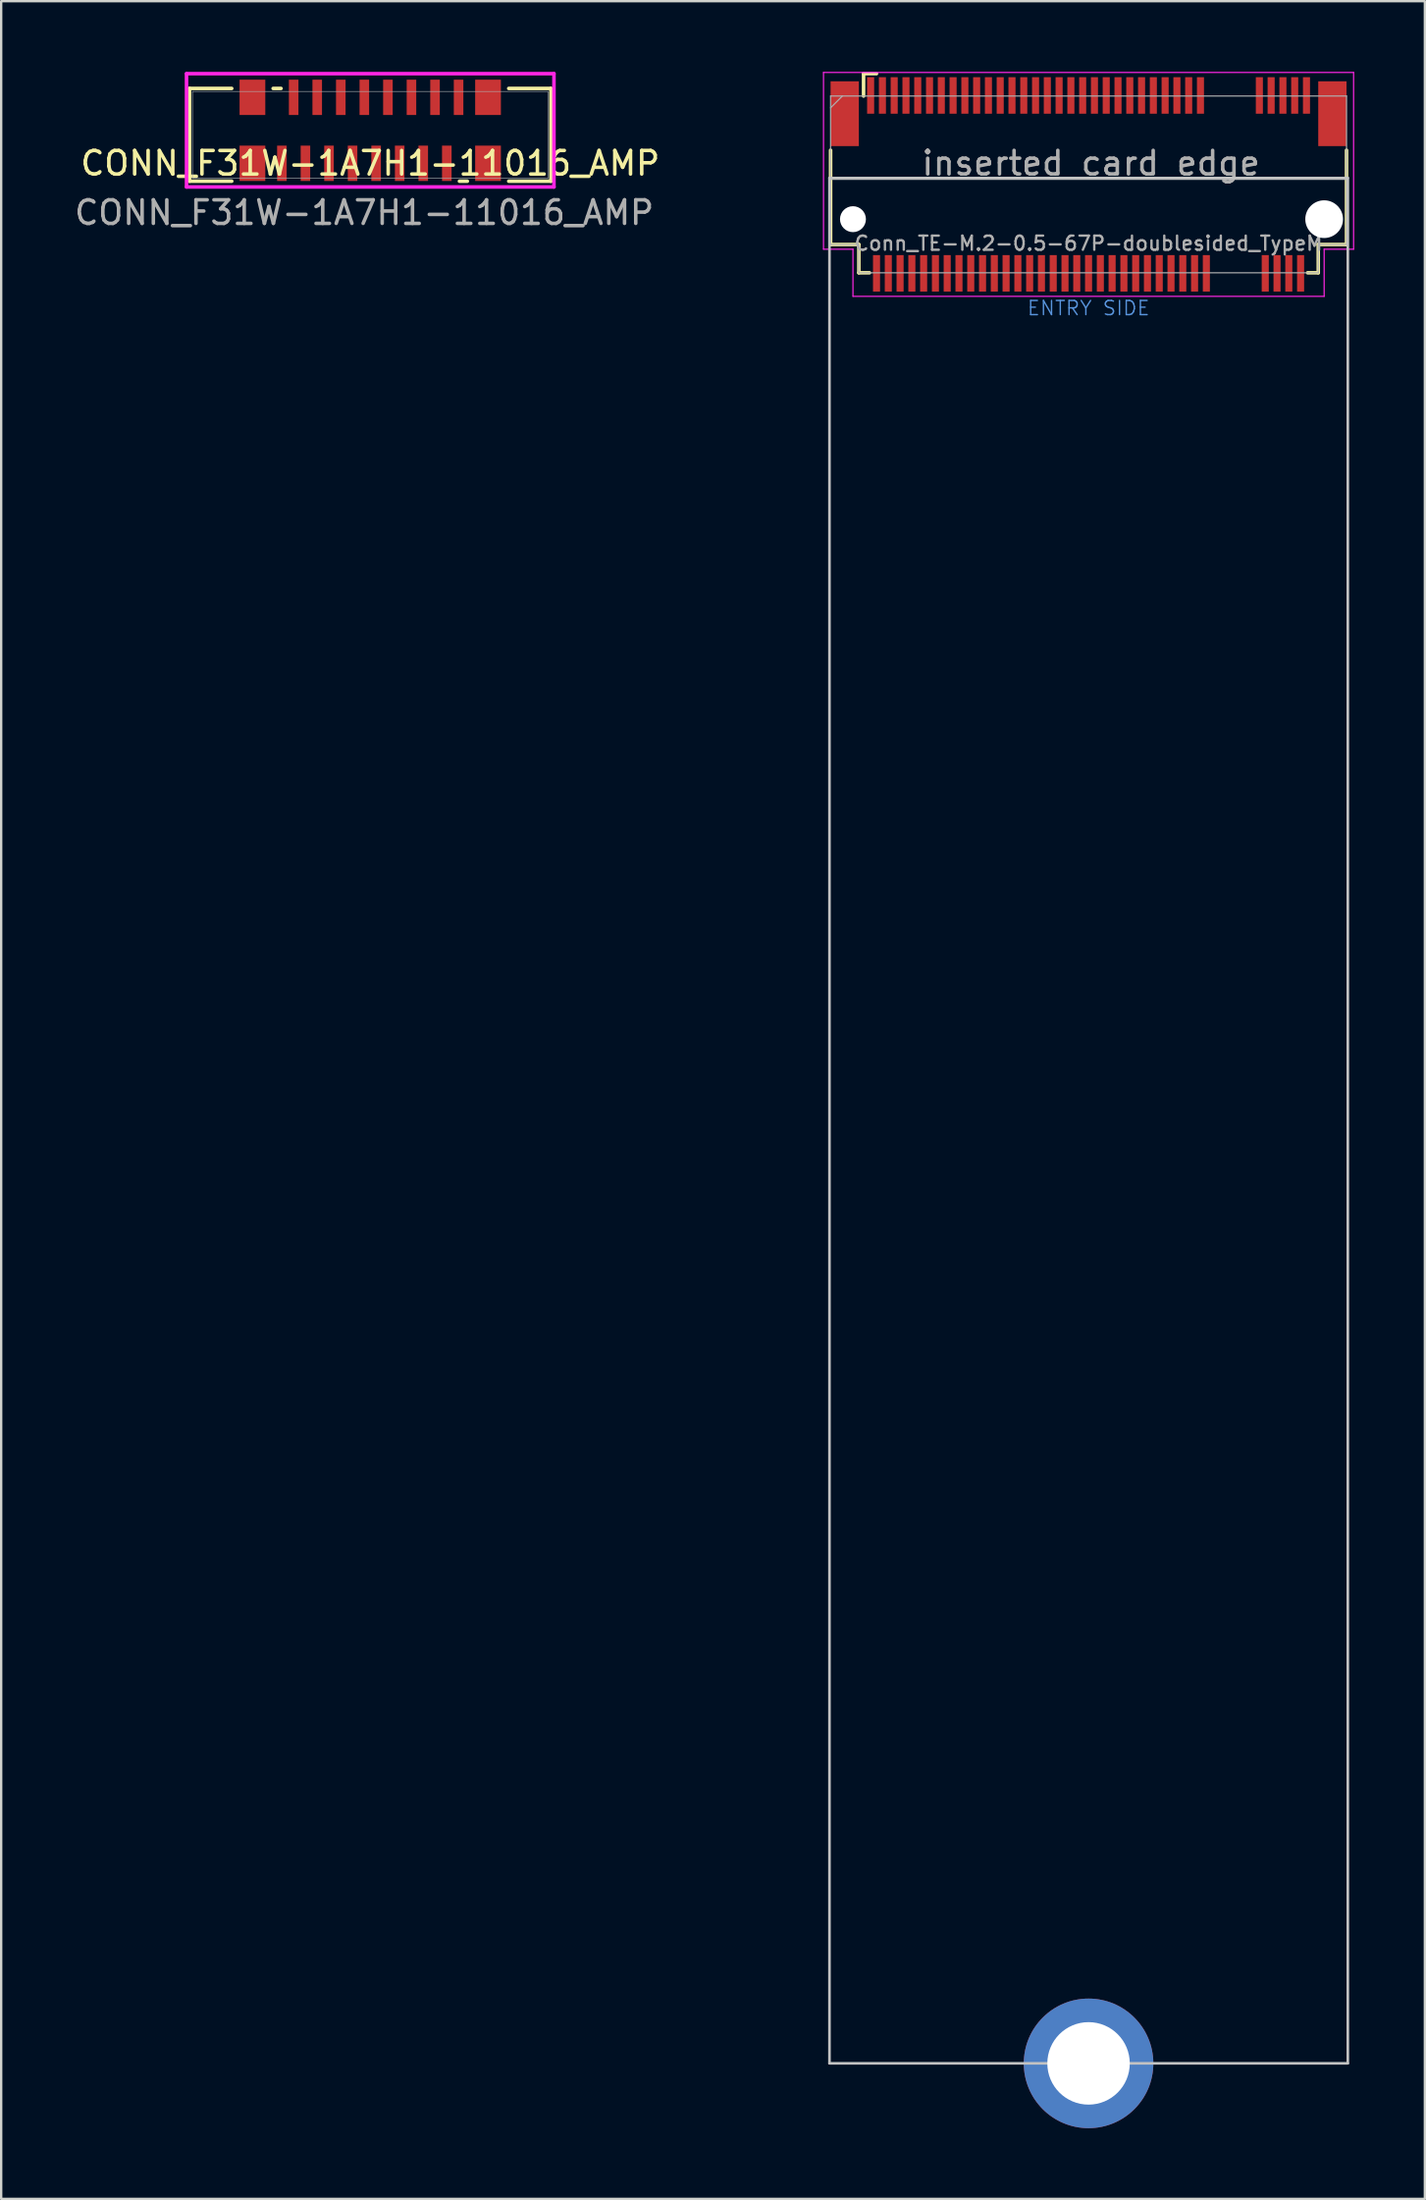
<source format=kicad_pcb>
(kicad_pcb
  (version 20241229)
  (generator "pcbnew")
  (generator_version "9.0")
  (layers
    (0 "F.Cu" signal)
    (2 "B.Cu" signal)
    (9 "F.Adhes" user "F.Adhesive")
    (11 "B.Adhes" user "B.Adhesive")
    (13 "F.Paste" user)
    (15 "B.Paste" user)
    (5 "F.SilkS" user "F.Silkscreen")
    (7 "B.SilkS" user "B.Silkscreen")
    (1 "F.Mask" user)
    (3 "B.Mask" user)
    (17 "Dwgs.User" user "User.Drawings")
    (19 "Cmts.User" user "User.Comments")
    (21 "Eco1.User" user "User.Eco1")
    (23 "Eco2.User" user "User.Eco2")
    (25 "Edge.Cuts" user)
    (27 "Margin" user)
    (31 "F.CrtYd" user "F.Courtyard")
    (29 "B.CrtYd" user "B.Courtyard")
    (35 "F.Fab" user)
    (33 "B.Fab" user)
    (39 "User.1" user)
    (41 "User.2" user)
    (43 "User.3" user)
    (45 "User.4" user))
  (footprint "CONN_F31W-1A7H1-11016_AMP"
    (layer "F.Cu")
    (at 12.665 2.671)
    (property "Reference" "CONN_F31W-1A7H1-11016_AMP" (at 0 1.208 0) (unlocked yes) (layer "F.SilkS") (effects (font (size 1 1) (thickness 0.15))))
    (attr smd)
    (fp_line (start -7.671 -1.968) (end -7.671 1.968) (stroke (width 0.152) (type solid)) (layer "F.SilkS"))
    (fp_line (start -7.671 1.968) (end -5.879 1.968) (stroke (width 0.152) (type solid)) (layer "F.SilkS"))
    (fp_line (start -5.879 -1.968) (end -7.671 -1.968) (stroke (width 0.152) (type solid)) (layer "F.SilkS"))
    (fp_line (start -3.786 -1.968) (end -4.121 -1.968) (stroke (width 0.152) (type solid)) (layer "F.SilkS"))
    (fp_line (start 3.786 1.968) (end 4.121 1.968) (stroke (width 0.152) (type solid)) (layer "F.SilkS"))
    (fp_line (start 5.879 1.968) (end 7.671 1.968) (stroke (width 0.152) (type solid)) (layer "F.SilkS"))
    (fp_line (start 7.671 -1.968) (end 5.879 -1.968) (stroke (width 0.152) (type solid)) (layer "F.SilkS"))
    (fp_line (start 7.671 1.968) (end 7.671 -1.968) (stroke (width 0.152) (type solid)) (layer "F.SilkS"))
    (fp_line (start -7.798 -2.595) (end -7.798 2.212) (stroke (width 0.152) (type solid)) (layer "F.CrtYd"))
    (fp_line (start -7.798 2.212) (end 7.798 2.212) (stroke (width 0.152) (type solid)) (layer "F.CrtYd"))
    (fp_line (start 7.798 -2.595) (end -7.798 -2.595) (stroke (width 0.152) (type solid)) (layer "F.CrtYd"))
    (fp_line (start 7.798 2.212) (end 7.798 -2.595) (stroke (width 0.152) (type solid)) (layer "F.CrtYd"))
    (fp_line (start -7.544 -1.841) (end -7.544 1.841) (stroke (width 0.025) (type solid)) (layer "F.Fab"))
    (fp_line (start -7.544 1.841) (end 7.544 1.841) (stroke (width 0.025) (type solid)) (layer "F.Fab"))
    (fp_line (start 7.544 -1.841) (end -7.544 -1.841) (stroke (width 0.025) (type solid)) (layer "F.Fab"))
    (fp_line (start 7.544 1.841) (end 7.544 -1.841) (stroke (width 0.025) (type solid)) (layer "F.Fab"))
    (fp_text user "${REFERENCE}" (at -0.254 3.302 0) (unlocked yes) (layer "F.Fab") (effects (font (size 1 1) (thickness 0.15))))
    (pad "1" smd rect (at 3.75 -1.591) (size 0.406 1.499) (layers "F.Cu" "F.Mask" "F.Paste"))
    (pad "2" smd rect (at 3.25 1.208) (size 0.406 1.499) (layers "F.Cu" "F.Mask" "F.Paste"))
    (pad "3" smd rect (at 2.75 -1.591) (size 0.406 1.499) (layers "F.Cu" "F.Mask" "F.Paste"))
    (pad "4" smd rect (at 2.25 1.208) (size 0.406 1.499) (layers "F.Cu" "F.Mask" "F.Paste"))
    (pad "5" smd rect (at 1.75 -1.591) (size 0.406 1.499) (layers "F.Cu" "F.Mask" "F.Paste"))
    (pad "6" smd rect (at 1.25 1.208) (size 0.406 1.499) (layers "F.Cu" "F.Mask" "F.Paste"))
    (pad "7" smd rect (at 0.75 -1.591) (size 0.406 1.499) (layers "F.Cu" "F.Mask" "F.Paste"))
    (pad "8" smd rect (at 0.25 1.208) (size 0.406 1.499) (layers "F.Cu" "F.Mask" "F.Paste"))
    (pad "9" smd rect (at -0.25 -1.591) (size 0.406 1.499) (layers "F.Cu" "F.Mask" "F.Paste"))
    (pad "10" smd rect (at -0.75 1.208) (size 0.406 1.499) (layers "F.Cu" "F.Mask" "F.Paste"))
    (pad "11" smd rect (at -1.25 -1.591) (size 0.406 1.499) (layers "F.Cu" "F.Mask" "F.Paste"))
    (pad "12" smd rect (at -1.75 1.208) (size 0.406 1.499) (layers "F.Cu" "F.Mask" "F.Paste"))
    (pad "13" smd rect (at -2.25 -1.591) (size 0.406 1.499) (layers "F.Cu" "F.Mask" "F.Paste"))
    (pad "14" smd rect (at -2.75 1.208) (size 0.406 1.499) (layers "F.Cu" "F.Mask" "F.Paste"))
    (pad "15" smd rect (at -3.25 -1.591) (size 0.406 1.499) (layers "F.Cu" "F.Mask" "F.Paste"))
    (pad "16" smd rect (at -3.75 1.208) (size 0.406 1.499) (layers "F.Cu" "F.Mask" "F.Paste"))
    (pad "MP" smd rect (at -5 -1.591) (size 1.092 1.499) (layers "F.Cu" "F.Mask" "F.Paste"))
    (pad "MP" smd rect (at -5 1.208) (size 1.092 1.499) (layers "F.Cu" "F.Mask" "F.Paste"))
    (pad "MP" smd rect (at 5 -1.591) (size 1.092 1.499) (layers "F.Cu" "F.Mask" "F.Paste"))
    (pad "MP" smd rect (at 5 1.208) (size 1.092 1.499) (layers "F.Cu" "F.Mask" "F.Paste")))
  (footprint "Conn_TE-M.2-0.5-67P-doublesided_TypeM"
    (layer "F.Cu")
    (at 43.155 6.275)
    (property "Reference" "Conn_TE-M.2-0.5-67P-doublesided_TypeM" (at 0 1 0) (layer "F.Fab") (effects (font (size 0.6 0.6) (thickness 0.1))))
    (attr through_hole)
    (fp_line (start -10.95 1.05) (end -10.95 -2.95) (stroke (width 0.15) (type solid)) (layer "F.SilkS"))
    (fp_line (start -9.75 1.05) (end -10.95 1.05) (stroke (width 0.15) (type solid)) (layer "F.SilkS"))
    (fp_line (start -9.75 2.25) (end -9.75 1.05) (stroke (width 0.15) (type solid)) (layer "F.SilkS"))
    (fp_line (start -9.55 -6.2) (end -9 -6.2) (stroke (width 0.15) (type solid)) (layer "F.SilkS"))
    (fp_line (start -9.55 -5.25) (end -9.55 -6.2) (stroke (width 0.15) (type solid)) (layer "F.SilkS"))
    (fp_line (start -9.3 2.25) (end -9.75 2.25) (stroke (width 0.15) (type solid)) (layer "F.SilkS"))
    (fp_line (start -3.302 -1.778) (end -3.302 -1.778) (stroke (width 0.1) (type default)) (layer "F.SilkS"))
    (fp_line (start 9.75 1.05) (end 9.75 2.25) (stroke (width 0.15) (type solid)) (layer "F.SilkS"))
    (fp_line (start 9.75 2.25) (end 9.3 2.25) (stroke (width 0.15) (type solid)) (layer "F.SilkS"))
    (fp_line (start 10.95 1.05) (end 9.75 1.05) (stroke (width 0.15) (type solid)) (layer "F.SilkS"))
    (fp_line (start 10.95 1.05) (end 10.95 -2.95) (stroke (width 0.15) (type solid)) (layer "F.SilkS"))
    (fp_line (start -11 -1.778) (end -11 78.232) (stroke (width 0.1) (type default)) (layer "Dwgs.User"))
    (fp_line (start -11 -1.778) (end -11 78.232) (stroke (width 0.1) (type default)) (layer "Dwgs.User"))
    (fp_line (start -11 -1.778) (end 11 -1.778) (stroke (width 0.1) (type default)) (layer "Dwgs.User"))
    (fp_line (start -11 78.232) (end 11 78.232) (stroke (width 0.1) (type default)) (layer "Dwgs.User"))
    (fp_line (start -11 78.232) (end 11 78.232) (stroke (width 0.1) (type default)) (layer "Dwgs.User"))
    (fp_line (start 11 -1.778) (end -11 -1.778) (stroke (width 0.1) (type default)) (layer "Dwgs.User"))
    (fp_line (start 11 78.232) (end 11 -1.778) (stroke (width 0.1) (type default)) (layer "Dwgs.User"))
    (fp_line (start 11 78.232) (end 11 -1.778) (stroke (width 0.1) (type default)) (layer "Dwgs.User"))
    (fp_line (start -11.25 -6.25) (end 11.25 -6.25) (stroke (width 0.05) (type solid)) (layer "F.CrtYd"))
    (fp_line (start -11.25 1.25) (end -11.25 -6.25) (stroke (width 0.05) (type solid)) (layer "F.CrtYd"))
    (fp_line (start -10 1.25) (end -11.25 1.25) (stroke (width 0.05) (type solid)) (layer "F.CrtYd"))
    (fp_line (start -10 3.25) (end -10 1.25) (stroke (width 0.05) (type solid)) (layer "F.CrtYd"))
    (fp_line (start 10 1.25) (end 10 3.25) (stroke (width 0.05) (type solid)) (layer "F.CrtYd"))
    (fp_line (start 10 3.25) (end -10 3.25) (stroke (width 0.05) (type solid)) (layer "F.CrtYd"))
    (fp_line (start 11.25 -6.25) (end 11.25 1.25) (stroke (width 0.05) (type solid)) (layer "F.CrtYd"))
    (fp_line (start 11.25 1.25) (end 10 1.25) (stroke (width 0.05) (type solid)) (layer "F.CrtYd"))
    (fp_line (start -10.95 -5.25) (end -10.95 1.05) (stroke (width 0.05) (type solid)) (layer "F.Fab"))
    (fp_line (start -10.95 -5.25) (end 10.95 -5.25) (stroke (width 0.05) (type solid)) (layer "F.Fab"))
    (fp_line (start -10.95 -4.75) (end -10.45 -5.25) (stroke (width 0.05) (type solid)) (layer "F.Fab"))
    (fp_line (start -10.95 -1.75) (end 10.95 -1.75) (stroke (width 0.12) (type solid)) (layer "F.Fab"))
    (fp_line (start -10.95 1.05) (end -9.75 1.05) (stroke (width 0.05) (type solid)) (layer "F.Fab"))
    (fp_line (start -9.75 1.05) (end -9.75 2.25) (stroke (width 0.05) (type solid)) (layer "F.Fab"))
    (fp_line (start -9.75 2.25) (end 9.75 2.25) (stroke (width 0.05) (type solid)) (layer "F.Fab"))
    (fp_line (start 9.75 1.05) (end 9.75 2.25) (stroke (width 0.05) (type solid)) (layer "F.Fab"))
    (fp_line (start 10.95 1.05) (end 9.75 1.05) (stroke (width 0.05) (type solid)) (layer "F.Fab"))
    (fp_line (start 10.95 1.05) (end 10.95 -5.25) (stroke (width 0.05) (type solid)) (layer "F.Fab"))
    (fp_text user "ENTRY SIDE" (at 0 3.75 0) (layer "Cmts.User") (effects (font (size 0.6 0.6) (thickness 0.06))))
    (fp_text user "${REFERENCE}" (at -10.1 -4.8 0) (layer "Eco1.User") (effects (font (size 0.3 0.3) (thickness 0.03))))
    (fp_text user "inserted card edge" (at 0.1 -2.4 0) (layer "F.Fab") (effects (font (size 1 1) (thickness 0.15))))
    (pad "" np_thru_hole circle (at -10 -0.025) (size 1.1 1.1) (drill 1.1) (layers "*.Cu"))
    (pad "" thru_hole circle (at 0 78.232) (size 5.5 5.5) (drill 3.5) (layers "*.Cu" "*.Mask"))
    (pad "" np_thru_hole circle (at 10 -0.025) (size 1.6 1.6) (drill 1.6) (layers "*.Cu"))
    (pad "1" smd rect (at -9.25 -5.275) (size 0.3 1.55) (layers "F.Cu" "F.Mask" "F.Paste"))
    (pad "2" smd rect (at -9 2.275) (size 0.3 1.55) (layers "F.Cu" "F.Mask" "F.Paste"))
    (pad "3" smd rect (at -8.75 -5.275) (size 0.3 1.55) (layers "F.Cu" "F.Mask" "F.Paste"))
    (pad "4" smd rect (at -8.5 2.275) (size 0.3 1.55) (layers "F.Cu" "F.Mask" "F.Paste"))
    (pad "5" smd rect (at -8.25 -5.275) (size 0.3 1.55) (layers "F.Cu" "F.Mask" "F.Paste"))
    (pad "6" smd rect (at -8 2.275) (size 0.3 1.55) (layers "F.Cu" "F.Mask" "F.Paste"))
    (pad "7" smd rect (at -7.75 -5.275) (size 0.3 1.55) (layers "F.Cu" "F.Mask" "F.Paste"))
    (pad "8" smd rect (at -7.5 2.275) (size 0.3 1.55) (layers "F.Cu" "F.Mask" "F.Paste"))
    (pad "9" smd rect (at -7.25 -5.275) (size 0.3 1.55) (layers "F.Cu" "F.Mask" "F.Paste"))
    (pad "10" smd rect (at -7 2.275) (size 0.3 1.55) (layers "F.Cu" "F.Mask" "F.Paste"))
    (pad "11" smd rect (at -6.75 -5.275) (size 0.3 1.55) (layers "F.Cu" "F.Mask" "F.Paste"))
    (pad "12" smd rect (at -6.5 2.275) (size 0.3 1.55) (layers "F.Cu" "F.Mask" "F.Paste"))
    (pad "13" smd rect (at -6.25 -5.275) (size 0.3 1.55) (layers "F.Cu" "F.Mask" "F.Paste"))
    (pad "14" smd rect (at -6 2.275) (size 0.3 1.55) (layers "F.Cu" "F.Mask" "F.Paste"))
    (pad "15" smd rect (at -5.75 -5.275) (size 0.3 1.55) (layers "F.Cu" "F.Mask" "F.Paste"))
    (pad "16" smd rect (at -5.5 2.275) (size 0.3 1.55) (layers "F.Cu" "F.Mask" "F.Paste"))
    (pad "17" smd rect (at -5.25 -5.275) (size 0.3 1.55) (layers "F.Cu" "F.Mask" "F.Paste"))
    (pad "18" smd rect (at -5 2.275) (size 0.3 1.55) (layers "F.Cu" "F.Mask" "F.Paste"))
    (pad "19" smd rect (at -4.75 -5.275) (size 0.3 1.55) (layers "F.Cu" "F.Mask" "F.Paste"))
    (pad "20" smd rect (at -4.5 2.275) (size 0.3 1.55) (layers "F.Cu" "F.Mask" "F.Paste"))
    (pad "21" smd rect (at -4.25 -5.275) (size 0.3 1.55) (layers "F.Cu" "F.Mask" "F.Paste"))
    (pad "22" smd rect (at -4 2.275) (size 0.3 1.55) (layers "F.Cu" "F.Mask" "F.Paste"))
    (pad "23" smd rect (at -3.75 -5.275) (size 0.3 1.55) (layers "F.Cu" "F.Mask" "F.Paste"))
    (pad "24" smd rect (at -3.5 2.275) (size 0.3 1.55) (layers "F.Cu" "F.Mask" "F.Paste"))
    (pad "25" smd rect (at -3.25 -5.275) (size 0.3 1.55) (layers "F.Cu" "F.Mask" "F.Paste"))
    (pad "26" smd rect (at -3 2.275) (size 0.3 1.55) (layers "F.Cu" "F.Mask" "F.Paste"))
    (pad "27" smd rect (at -2.75 -5.275) (size 0.3 1.55) (layers "F.Cu" "F.Mask" "F.Paste"))
    (pad "28" smd rect (at -2.5 2.275) (size 0.3 1.55) (layers "F.Cu" "F.Mask" "F.Paste"))
    (pad "29" smd rect (at -2.25 -5.275) (size 0.3 1.55) (layers "F.Cu" "F.Mask" "F.Paste"))
    (pad "30" smd rect (at -2 2.275) (size 0.3 1.55) (layers "F.Cu" "F.Mask" "F.Paste"))
    (pad "31" smd rect (at -1.75 -5.275) (size 0.3 1.55) (layers "F.Cu" "F.Mask" "F.Paste"))
    (pad "32" smd rect (at -1.5 2.275) (size 0.3 1.55) (layers "F.Cu" "F.Mask" "F.Paste"))
    (pad "33" smd rect (at -1.25 -5.275) (size 0.3 1.55) (layers "F.Cu" "F.Mask" "F.Paste"))
    (pad "34" smd rect (at -1 2.275) (size 0.3 1.55) (layers "F.Cu" "F.Mask" "F.Paste"))
    (pad "35" smd rect (at -0.75 -5.275) (size 0.3 1.55) (layers "F.Cu" "F.Mask" "F.Paste"))
    (pad "36" smd rect (at -0.5 2.275) (size 0.3 1.55) (layers "F.Cu" "F.Mask" "F.Paste"))
    (pad "37" smd rect (at -0.25 -5.275) (size 0.3 1.55) (layers "F.Cu" "F.Mask" "F.Paste"))
    (pad "38" smd rect (at 0 2.275) (size 0.3 1.55) (layers "F.Cu" "F.Mask" "F.Paste"))
    (pad "39" smd rect (at 0.25 -5.275) (size 0.3 1.55) (layers "F.Cu" "F.Mask" "F.Paste"))
    (pad "40" smd rect (at 0.5 2.275) (size 0.3 1.55) (layers "F.Cu" "F.Mask" "F.Paste"))
    (pad "41" smd rect (at 0.75 -5.275) (size 0.3 1.55) (layers "F.Cu" "F.Mask" "F.Paste"))
    (pad "42" smd rect (at 1 2.275) (size 0.3 1.55) (layers "F.Cu" "F.Mask" "F.Paste"))
    (pad "43" smd rect (at 1.25 -5.275) (size 0.3 1.55) (layers "F.Cu" "F.Mask" "F.Paste"))
    (pad "44" smd rect (at 1.5 2.275) (size 0.3 1.55) (layers "F.Cu" "F.Mask" "F.Paste"))
    (pad "45" smd rect (at 1.75 -5.275) (size 0.3 1.55) (layers "F.Cu" "F.Mask" "F.Paste"))
    (pad "46" smd rect (at 2 2.275) (size 0.3 1.55) (layers "F.Cu" "F.Mask" "F.Paste"))
    (pad "47" smd rect (at 2.25 -5.275) (size 0.3 1.55) (layers "F.Cu" "F.Mask" "F.Paste"))
    (pad "48" smd rect (at 2.5 2.275) (size 0.3 1.55) (layers "F.Cu" "F.Mask" "F.Paste"))
    (pad "49" smd rect (at 2.75 -5.275) (size 0.3 1.55) (layers "F.Cu" "F.Mask" "F.Paste"))
    (pad "50" smd rect (at 3 2.275) (size 0.3 1.55) (layers "F.Cu" "F.Mask" "F.Paste"))
    (pad "51" smd rect (at 3.25 -5.275) (size 0.3 1.55) (layers "F.Cu" "F.Mask" "F.Paste"))
    (pad "52" smd rect (at 3.5 2.275) (size 0.3 1.55) (layers "F.Cu" "F.Mask" "F.Paste"))
    (pad "53" smd rect (at 3.75 -5.275) (size 0.3 1.55) (layers "F.Cu" "F.Mask" "F.Paste"))
    (pad "54" smd rect (at 4 2.275) (size 0.3 1.55) (layers "F.Cu" "F.Mask" "F.Paste"))
    (pad "55" smd rect (at 4.25 -5.275) (size 0.3 1.55) (layers "F.Cu" "F.Mask" "F.Paste"))
    (pad "56" smd rect (at 4.5 2.275) (size 0.3 1.55) (layers "F.Cu" "F.Mask" "F.Paste"))
    (pad "57" smd rect (at 4.75 -5.275) (size 0.3 1.55) (layers "F.Cu" "F.Mask" "F.Paste"))
    (pad "58" smd rect (at 5 2.275) (size 0.3 1.55) (layers "F.Cu" "F.Mask" "F.Paste"))
    (pad "67" smd rect (at 7.25 -5.275) (size 0.3 1.55) (layers "F.Cu" "F.Mask" "F.Paste"))
    (pad "68" smd rect (at 7.5 2.275) (size 0.3 1.55) (layers "F.Cu" "F.Mask" "F.Paste"))
    (pad "69" smd rect (at 7.75 -5.275) (size 0.3 1.55) (layers "F.Cu" "F.Mask" "F.Paste"))
    (pad "70" smd rect (at 8 2.275) (size 0.3 1.55) (layers "F.Cu" "F.Mask" "F.Paste"))
    (pad "71" smd rect (at 8.25 -5.275) (size 0.3 1.55) (layers "F.Cu" "F.Mask" "F.Paste"))
    (pad "72" smd rect (at 8.5 2.275) (size 0.3 1.55) (layers "F.Cu" "F.Mask" "F.Paste"))
    (pad "73" smd rect (at 8.75 -5.275) (size 0.3 1.55) (layers "F.Cu" "F.Mask" "F.Paste"))
    (pad "74" smd rect (at 9 2.275) (size 0.3 1.55) (layers "F.Cu" "F.Mask" "F.Paste"))
    (pad "75" smd rect (at 9.25 -5.275) (size 0.3 1.55) (layers "F.Cu" "F.Mask" "F.Paste"))
    (pad "MP" smd rect (at -10.35 -4.5) (size 1.2 2.75) (layers "F.Cu" "F.Mask" "F.Paste"))
    (pad "MP" smd rect (at 10.35 -4.5) (size 1.2 2.75) (layers "F.Cu" "F.Mask" "F.Paste")))
  (gr_rect
    (start -3 -3)
    (end 57.43 90.257)
    (stroke (width 0.1) (type default))
    (fill no)
    (layer "Edge.Cuts")))
</source>
